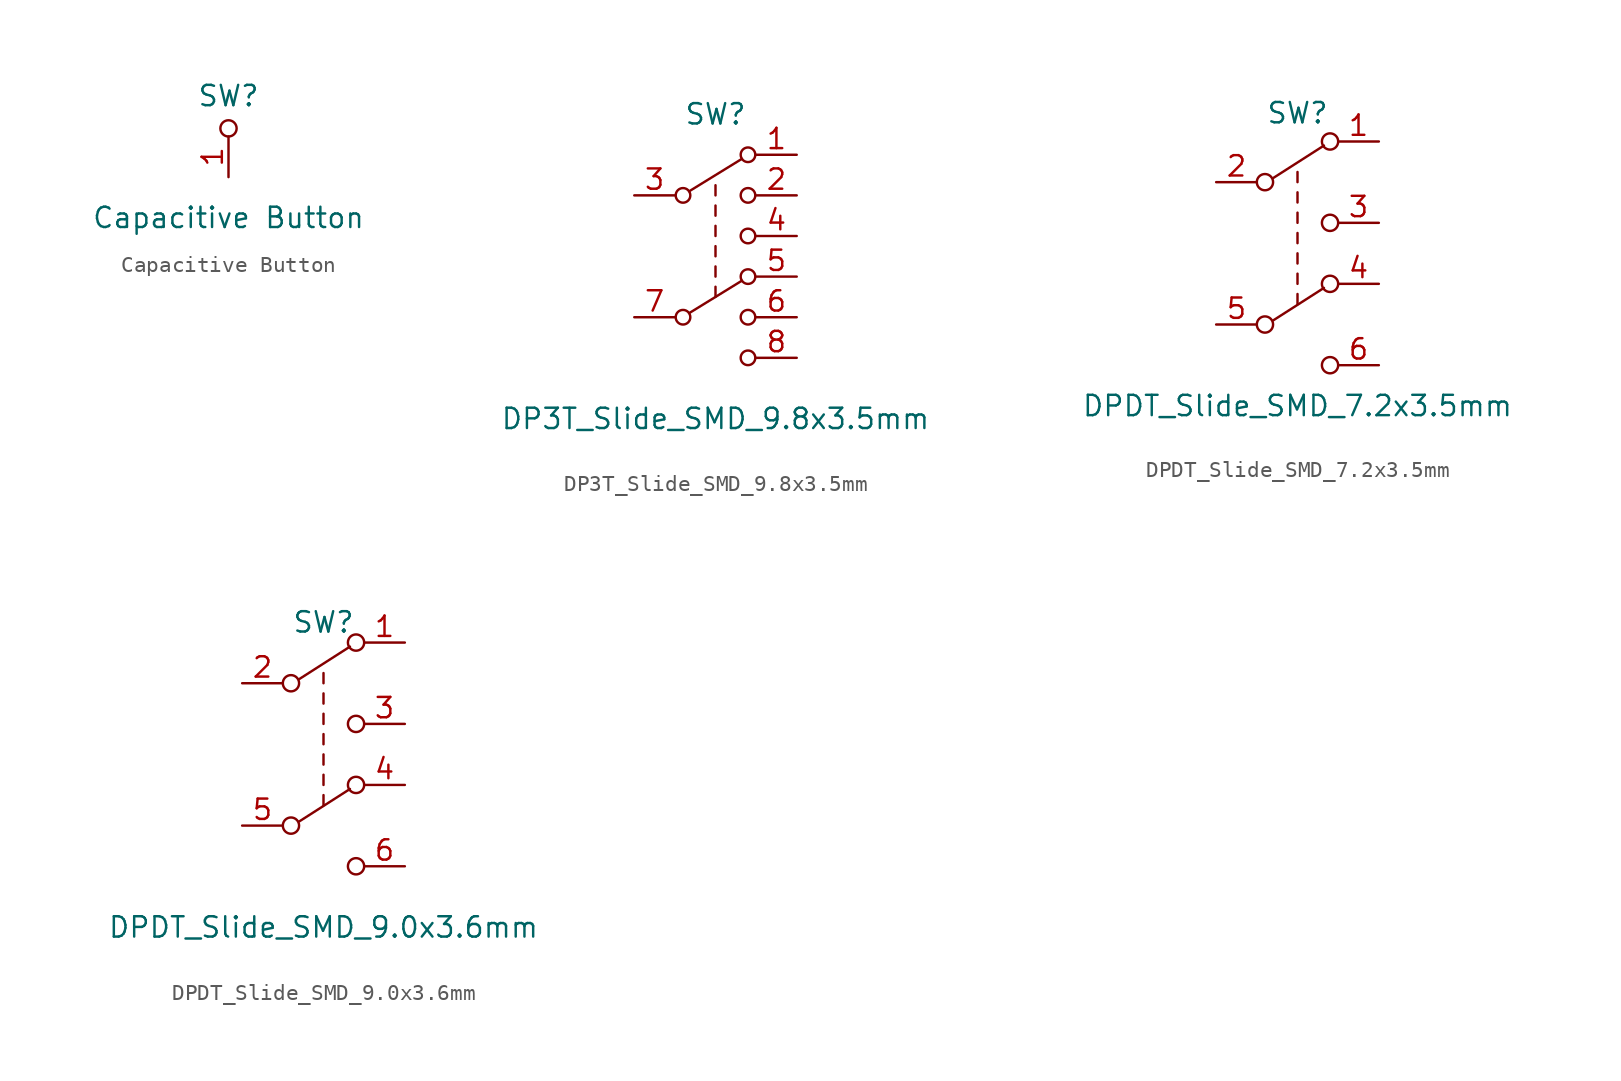
<source format=kicad_sym>
(kicad_symbol_lib
  (version 20241209)
  (generator "kicad_symbol_editor")
  (generator_version "9.0")
  (symbol "Capacitive Button"
    (pin_names
      (offset 0)
      (hide yes))
    (property "Reference" "SW"
      (at 0 5.08 0)
      (effects (font (size 1.27 1.27))))
    (property "Value" "Capacitive Button"
      (at 0 -2.54 0)
      (effects (font (size 1.27 1.27))))
    (symbol "Capacitive Button_0_0"
      (circle (center 0 3.048) (radius 0.508) (stroke (width 0) (type default)) (fill (type none))))
    (symbol "Capacitive Button_1_1"
      (pin passive line (at 0 0 90) (length 2.54) (name "A" (effects (font (size 1.27 1.27)))) (number "1" (effects (font (size 1.27 1.27)))))))
  (symbol "DP3T_Slide_SMD_9.8x3.5mm"
    (pin_names
      (offset 0)
      (hide yes))
    (property "Reference" "SW"
      (at 0 5.08 0)
      (effects (font (size 1.27 1.27))))
    (property "Value" "DP3T_Slide_SMD_9.8x3.5mm"
      (at 0 -13.97 0)
      (effects (font (size 1.27 1.27))))
    (symbol "DP3T_Slide_SMD_9.8x3.5mm_0_0"
      (polyline (pts (xy 0 0) (xy 0 0.635)) (stroke (width 0) (type default)) (fill (type none)))
      (polyline (pts (xy 0 -1.27) (xy 0 -0.635)) (stroke (width 0) (type default)) (fill (type none)))
      (polyline (pts (xy 0 -2.54) (xy 0 -1.905)) (stroke (width 0) (type default)) (fill (type none)))
      (polyline (pts (xy 0 -3.81) (xy 0 -3.175)) (stroke (width 0) (type default)) (fill (type none)))
      (polyline (pts (xy 0 -5.08) (xy 0 -4.445)) (stroke (width 0) (type default)) (fill (type none)))
      (polyline (pts (xy 0 -6.35) (xy 0 -5.715)) (stroke (width 0) (type default)) (fill (type none))))
    (symbol "DP3T_Slide_SMD_9.8x3.5mm_0_1"
      (circle (center -2.032 0) (radius 0.457) (stroke (width 0) (type default)) (fill (type none)))
      (circle (center -2.032 -7.62) (radius 0.457) (stroke (width 0) (type default)) (fill (type none)))
      (polyline (pts (xy -1.651 0.254) (xy 1.651 2.286)) (stroke (width 0) (type default)) (fill (type none)))
      (polyline (pts (xy -1.651 -7.366) (xy 1.651 -5.334)) (stroke (width 0) (type default)) (fill (type none)))
      (circle (center 2.032 2.54) (radius 0.457) (stroke (width 0) (type default)) (fill (type none)))
      (circle (center 2.032 0) (radius 0.457) (stroke (width 0) (type default)) (fill (type none)))
      (circle (center 2.032 -2.54) (radius 0.457) (stroke (width 0) (type default)) (fill (type none)))
      (circle (center 2.032 -5.08) (radius 0.457) (stroke (width 0) (type default)) (fill (type none)))
      (circle (center 2.032 -7.62) (radius 0.457) (stroke (width 0) (type default)) (fill (type none)))
      (circle (center 2.032 -10.16) (radius 0.457) (stroke (width 0) (type default)) (fill (type none))))
    (symbol "DP3T_Slide_SMD_9.8x3.5mm_1_1"
      (pin passive line (at -5.08 0 0) (length 2.54) (name "3" (effects (font (size 1.27 1.27)))) (number "3" (effects (font (size 1.27 1.27)))))
      (pin passive line (at -5.08 -7.62 0) (length 2.54) (name "7" (effects (font (size 1.27 1.27)))) (number "7" (effects (font (size 1.27 1.27)))))
      (pin passive line (at 5.08 2.54 180) (length 2.54) (name "1" (effects (font (size 1.27 1.27)))) (number "1" (effects (font (size 1.27 1.27)))))
      (pin passive line (at 5.08 0 180) (length 2.54) (name "2" (effects (font (size 1.27 1.27)))) (number "2" (effects (font (size 1.27 1.27)))))
      (pin passive line (at 5.08 -2.54 180) (length 2.54) (name "4" (effects (font (size 1.27 1.27)))) (number "4" (effects (font (size 1.27 1.27)))))
      (pin passive line (at 5.08 -5.08 180) (length 2.54) (name "5" (effects (font (size 1.27 1.27)))) (number "5" (effects (font (size 1.27 1.27)))))
      (pin passive line (at 5.08 -7.62 180) (length 2.54) (name "6" (effects (font (size 1.27 1.27)))) (number "6" (effects (font (size 1.27 1.27)))))
      (pin passive line (at 5.08 -10.16 180) (length 2.54) (name "8" (effects (font (size 1.27 1.27)))) (number "8" (effects (font (size 1.27 1.27)))))))
  (symbol "DPDT_Slide_SMD_7.2x3.5mm"
    (pin_names
      (offset 0)
      (hide yes))
    (property "Reference" "SW"
      (at 0 4.318 0)
      (effects (font (size 1.27 1.27))))
    (property "Value" "DPDT_Slide_SMD_7.2x3.5mm"
      (at 0 -13.97 0)
      (effects (font (size 1.27 1.27))))
    (symbol "DPDT_Slide_SMD_7.2x3.5mm_0_0"
      (circle (center -2.032 0) (radius 0.508) (stroke (width 0) (type default)) (fill (type none)))
      (circle (center -2.032 -8.89) (radius 0.508) (stroke (width 0) (type default)) (fill (type none)))
      (polyline (pts (xy 0 0) (xy 0 0.635)) (stroke (width 0) (type default)) (fill (type none)))
      (polyline (pts (xy 0 -1.27) (xy 0 -0.635)) (stroke (width 0) (type default)) (fill (type none)))
      (polyline (pts (xy 0 -2.54) (xy 0 -1.905)) (stroke (width 0) (type default)) (fill (type none)))
      (polyline (pts (xy 0 -3.81) (xy 0 -3.175)) (stroke (width 0) (type default)) (fill (type none)))
      (polyline (pts (xy 0 -5.08) (xy 0 -4.445)) (stroke (width 0) (type default)) (fill (type none)))
      (polyline (pts (xy 0 -6.35) (xy 0 -5.715)) (stroke (width 0) (type default)) (fill (type none)))
      (polyline (pts (xy 0 -7.62) (xy 0 -6.985)) (stroke (width 0) (type default)) (fill (type none)))
      (circle (center 2.032 -2.54) (radius 0.508) (stroke (width 0) (type default)) (fill (type none)))
      (circle (center 2.032 -11.43) (radius 0.508) (stroke (width 0) (type default)) (fill (type none))))
    (symbol "DPDT_Slide_SMD_7.2x3.5mm_0_1"
      (polyline (pts (xy -1.524 0.254) (xy 1.651 2.286)) (stroke (width 0) (type default)) (fill (type none)))
      (polyline (pts (xy -1.524 -8.636) (xy 1.651 -6.604)) (stroke (width 0) (type default)) (fill (type none)))
      (circle (center 2.032 2.54) (radius 0.508) (stroke (width 0) (type default)) (fill (type none)))
      (circle (center 2.032 -6.35) (radius 0.508) (stroke (width 0) (type default)) (fill (type none))))
    (symbol "DPDT_Slide_SMD_7.2x3.5mm_1_1"
      (pin passive line (at -5.08 0 0) (length 2.54) (name "B" (effects (font (size 1.27 1.27)))) (number "2" (effects (font (size 1.27 1.27)))))
      (pin passive line (at -5.08 -8.89 0) (length 2.54) (name "B" (effects (font (size 1.27 1.27)))) (number "5" (effects (font (size 1.27 1.27)))))
      (pin passive line (at 5.08 2.54 180) (length 2.54) (name "A" (effects (font (size 1.27 1.27)))) (number "1" (effects (font (size 1.27 1.27)))))
      (pin passive line (at 5.08 -2.54 180) (length 2.54) (name "C" (effects (font (size 1.27 1.27)))) (number "3" (effects (font (size 1.27 1.27)))))
      (pin passive line (at 5.08 -6.35 180) (length 2.54) (name "A" (effects (font (size 1.27 1.27)))) (number "4" (effects (font (size 1.27 1.27)))))
      (pin passive line (at 5.08 -11.43 180) (length 2.54) (name "C" (effects (font (size 1.27 1.27)))) (number "6" (effects (font (size 1.27 1.27)))))))
  (symbol "DPDT_Slide_SMD_9.0x3.6mm"
    (pin_names
      (offset 0)
      (hide yes))
    (property "Reference" "SW"
      (at 0 5.08 0)
      (effects (font (size 1.27 1.27))))
    (property "Value" "DPDT_Slide_SMD_9.0x3.6mm"
      (at 0 -13.97 0)
      (effects (font (size 1.27 1.27))))
    (symbol "DPDT_Slide_SMD_9.0x3.6mm_0_0"
      (circle (center -2.032 1.27) (radius 0.508) (stroke (width 0) (type default)) (fill (type none)))
      (circle (center -2.032 -7.62) (radius 0.508) (stroke (width 0) (type default)) (fill (type none)))
      (polyline (pts (xy 0 1.27) (xy 0 1.905)) (stroke (width 0) (type default)) (fill (type none)))
      (polyline (pts (xy 0 0) (xy 0 0.635)) (stroke (width 0) (type default)) (fill (type none)))
      (polyline (pts (xy 0 -1.27) (xy 0 -0.635)) (stroke (width 0) (type default)) (fill (type none)))
      (polyline (pts (xy 0 -2.54) (xy 0 -1.905)) (stroke (width 0) (type default)) (fill (type none)))
      (polyline (pts (xy 0 -3.81) (xy 0 -3.175)) (stroke (width 0) (type default)) (fill (type none)))
      (polyline (pts (xy 0 -5.08) (xy 0 -4.445)) (stroke (width 0) (type default)) (fill (type none)))
      (polyline (pts (xy 0 -6.35) (xy 0 -5.715)) (stroke (width 0) (type default)) (fill (type none)))
      (circle (center 2.032 -1.27) (radius 0.508) (stroke (width 0) (type default)) (fill (type none)))
      (circle (center 2.032 -10.16) (radius 0.508) (stroke (width 0) (type default)) (fill (type none))))
    (symbol "DPDT_Slide_SMD_9.0x3.6mm_0_1"
      (polyline (pts (xy -1.524 1.524) (xy 1.651 3.556)) (stroke (width 0) (type default)) (fill (type none)))
      (polyline (pts (xy -1.524 -7.366) (xy 1.651 -5.334)) (stroke (width 0) (type default)) (fill (type none)))
      (circle (center 2.032 3.81) (radius 0.508) (stroke (width 0) (type default)) (fill (type none)))
      (circle (center 2.032 -5.08) (radius 0.508) (stroke (width 0) (type default)) (fill (type none))))
    (symbol "DPDT_Slide_SMD_9.0x3.6mm_1_1"
      (pin passive line (at -5.08 1.27 0) (length 2.54) (name "B" (effects (font (size 1.27 1.27)))) (number "2" (effects (font (size 1.27 1.27)))))
      (pin passive line (at -5.08 -7.62 0) (length 2.54) (name "B" (effects (font (size 1.27 1.27)))) (number "5" (effects (font (size 1.27 1.27)))))
      (pin passive line (at 5.08 3.81 180) (length 2.54) (name "A" (effects (font (size 1.27 1.27)))) (number "1" (effects (font (size 1.27 1.27)))))
      (pin passive line (at 5.08 -1.27 180) (length 2.54) (name "C" (effects (font (size 1.27 1.27)))) (number "3" (effects (font (size 1.27 1.27)))))
      (pin passive line (at 5.08 -5.08 180) (length 2.54) (name "A" (effects (font (size 1.27 1.27)))) (number "4" (effects (font (size 1.27 1.27)))))
      (pin passive line (at 5.08 -10.16 180) (length 2.54) (name "C" (effects (font (size 1.27 1.27)))) (number "6" (effects (font (size 1.27 1.27))))))))
</source>
